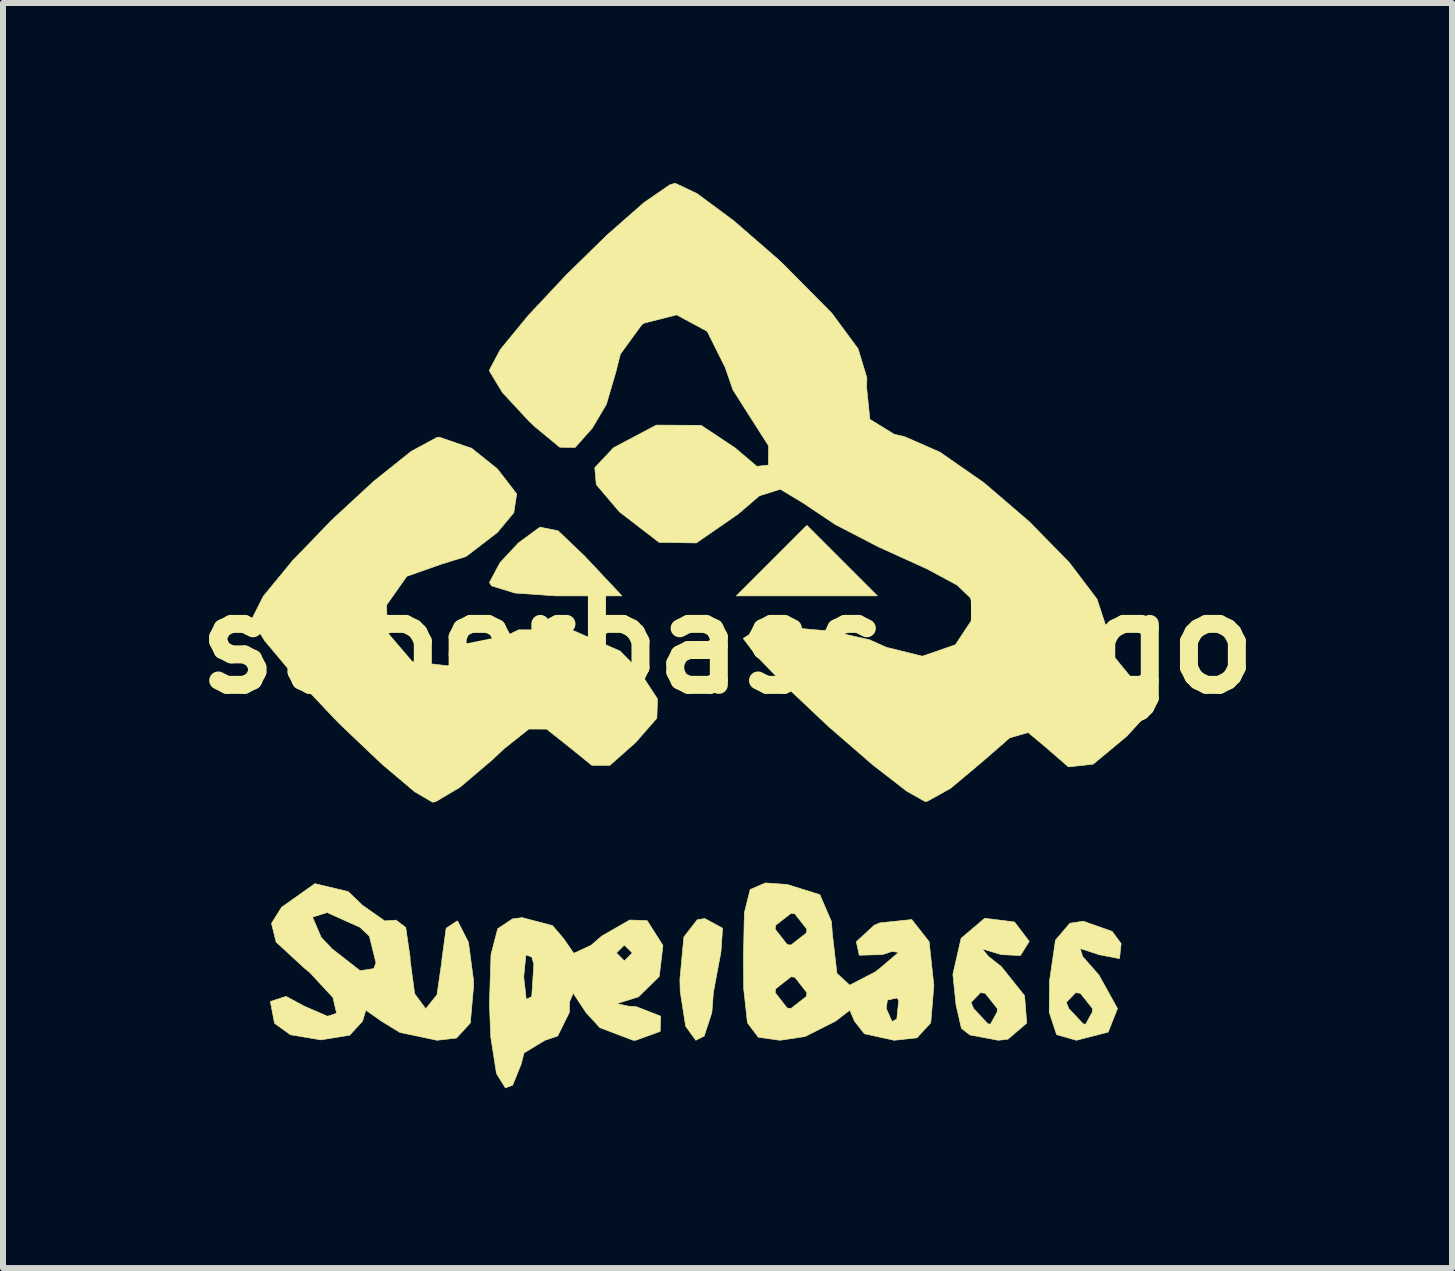
<source format=kicad_pcb>
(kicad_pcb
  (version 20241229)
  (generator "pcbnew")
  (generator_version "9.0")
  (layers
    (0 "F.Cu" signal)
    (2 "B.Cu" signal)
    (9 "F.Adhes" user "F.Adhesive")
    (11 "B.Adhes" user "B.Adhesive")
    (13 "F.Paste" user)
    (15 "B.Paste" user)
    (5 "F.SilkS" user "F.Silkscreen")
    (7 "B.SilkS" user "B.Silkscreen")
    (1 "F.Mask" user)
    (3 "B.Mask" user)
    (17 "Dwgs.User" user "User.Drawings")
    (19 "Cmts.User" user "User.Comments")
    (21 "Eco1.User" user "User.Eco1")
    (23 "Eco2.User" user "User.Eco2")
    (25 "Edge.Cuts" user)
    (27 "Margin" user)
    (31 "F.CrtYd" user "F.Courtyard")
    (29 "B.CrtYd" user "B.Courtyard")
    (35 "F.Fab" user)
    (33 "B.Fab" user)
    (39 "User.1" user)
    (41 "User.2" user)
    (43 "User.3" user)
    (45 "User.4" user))
  (footprint "superbass_logo"
    (layer "F.Cu")
    (at 9.079 7.678)
    (property "Reference" "superbass_logo" (at 0 0 0) (layer "F.SilkS") (effects (font (size 1.524 1.524) (thickness 0.3))))
    (attr through_hole)
    (fp_poly (pts (xy 2.499 -0.794) (xy 0.147 -0.794) (xy 1.323 -1.97) (xy 2.499 -0.794)) (stroke (width 0.01) (type solid)) (fill yes) (layer "F.SilkS"))
    (fp_poly (pts (xy -2.825 -1.879) (xy -2.381 -1.455) (xy -1.76 -0.794) (xy -2.864 -0.794) (xy -3.544 -0.841) (xy -3.933 -0.961) (xy -3.969 -1.017) (xy -3.792 -1.349) (xy -3.485 -1.678) (xy -3.127 -1.94) (xy -2.825 -1.879)) (stroke (width 0.01) (type solid)) (fill yes) (layer "F.SilkS"))
    (fp_poly (pts (xy -0.083 4.746) (xy -0.109 5.137) (xy -0.236 5.819) (xy -0.261 6.152) (xy -0.389 6.544) (xy -0.529 6.615) (xy -0.698 6.381) (xy -0.789 5.799) (xy -0.794 5.6) (xy -0.728 4.893) (xy -0.504 4.605) (xy -0.378 4.586) (xy -0.083 4.746)) (stroke (width 0.01) (type solid)) (fill yes) (layer "F.SilkS"))
    (fp_poly (pts (xy 6.412 4.8) (xy 6.562 5.003) (xy 6.535 5.253) (xy 6.202 5.19) (xy 5.879 5.085) (xy 5.92 5.218) (xy 6.192 5.528) (xy 6.501 6.086) (xy 6.346 6.479) (xy 5.816 6.615) (xy 5.486 6.521) (xy 5.363 6.147) (xy 5.365 5.983) (xy 5.647 5.983) (xy 5.689 6.085) (xy 5.926 6.338) (xy 5.969 6.35) (xy 6.082 6.145) (xy 6.085 6.085) (xy 5.882 5.831) (xy 5.805 5.821) (xy 5.647 5.983) (xy 5.365 5.983) (xy 5.369 5.622) (xy 5.467 4.946) (xy 5.707 4.664) (xy 5.931 4.63) (xy 6.412 4.8)) (stroke (width 0.01) (type solid)) (fill yes) (layer "F.SilkS"))
    (fp_poly (pts (xy 4.784 4.643) (xy 4.786 4.645) (xy 5.03 4.966) (xy 4.883 5.202) (xy 4.564 5.187) (xy 4.247 5.092) (xy 4.351 5.218) (xy 4.564 5.386) (xy 4.952 5.871) (xy 4.988 6.329) (xy 4.676 6.596) (xy 4.514 6.615) (xy 4.04 6.526) (xy 3.899 6.416) (xy 3.809 6.024) (xy 3.805 5.983) (xy 4.06 5.983) (xy 4.101 6.085) (xy 4.339 6.338) (xy 4.381 6.35) (xy 4.495 6.145) (xy 4.498 6.085) (xy 4.295 5.831) (xy 4.218 5.821) (xy 4.06 5.983) (xy 3.805 5.983) (xy 3.757 5.516) (xy 3.894 4.915) (xy 4.287 4.581) (xy 4.784 4.643)) (stroke (width 0.01) (type solid)) (fill yes) (layer "F.SilkS"))
    (fp_poly (pts (xy -4.265 -3.254) (xy -3.836 -2.91) (xy -3.515 -2.494) (xy -3.563 -2.181) (xy -3.836 -1.852) (xy -4.358 -1.451) (xy -4.771 -1.323) (xy -5.347 -1.12) (xy -5.683 -0.643) (xy -5.673 -0.186) (xy -5.256 0.303) (xy -4.664 0.372) (xy -4.24 0.139) (xy -3.482 -0.228) (xy -2.592 -0.224) (xy -1.792 0.126) (xy -1.489 0.432) (xy -1.168 0.924) (xy -1.178 1.245) (xy -1.529 1.647) (xy -1.546 1.663) (xy -1.962 2.031) (xy -2.262 2.031) (xy -2.641 1.724) (xy -3.016 1.427) (xy -3.312 1.426) (xy -3.725 1.753) (xy -3.922 1.939) (xy -4.46 2.396) (xy -4.863 2.635) (xy -4.918 2.646) (xy -5.218 2.47) (xy -5.769 2.004) (xy -6.461 1.346) (xy -6.557 1.248) (xy -7.226 0.539) (xy -7.714 -0.043) (xy -7.929 -0.384) (xy -7.932 -0.405) (xy -7.74 -0.786) (xy -7.256 -1.376) (xy -6.601 -2.055) (xy -5.899 -2.704) (xy -5.273 -3.204) (xy -4.845 -3.435) (xy -4.807 -3.44) (xy -4.265 -3.254)) (stroke (width 0.01) (type solid)) (fill yes) (layer "F.SilkS"))
    (fp_poly (pts (xy -2.918 4.703) (xy -2.731 4.922) (xy -2.563 5.166) (xy -2.549 5.159) (xy -1.852 5.159) (xy -1.72 5.292) (xy -1.587 5.159) (xy -1.72 5.027) (xy -1.852 5.159) (xy -2.549 5.159) (xy -2.274 5.031) (xy -2.101 4.88) (xy -1.632 4.61) (xy -1.34 4.62) (xy -1.077 5.034) (xy -1.138 5.55) (xy -1.485 5.892) (xy -1.521 5.903) (xy -1.847 6.004) (xy -1.66 6.045) (xy -1.521 6.055) (xy -1.115 6.213) (xy -1.123 6.467) (xy -1.528 6.614) (xy -1.574 6.615) (xy -2.128 6.405) (xy -2.36 6.152) (xy -2.572 5.83) (xy -2.633 5.971) (xy -2.638 6.152) (xy -2.831 6.543) (xy -3.043 6.615) (xy -3.393 6.826) (xy -3.44 7.011) (xy -3.582 7.364) (xy -3.704 7.408) (xy -3.852 7.17) (xy -3.948 6.556) (xy -3.969 6.009) (xy -3.955 5.556) (xy -3.398 5.556) (xy -3.356 5.932) (xy -3.264 5.887) (xy -3.229 5.345) (xy -3.264 5.226) (xy -3.361 5.192) (xy -3.398 5.556) (xy -3.955 5.556) (xy -3.943 5.185) (xy -3.832 4.756) (xy -3.587 4.592) (xy -3.425 4.57) (xy -2.918 4.703)) (stroke (width 0.01) (type solid)) (fill yes) (layer "F.SilkS"))
    (fp_poly (pts (xy -6.324 4.136) (xy -6.088 4.363) (xy -5.715 4.625) (xy -5.526 4.612) (xy -5.365 4.734) (xy -5.292 5.229) (xy -5.292 5.276) (xy -5.216 5.84) (xy -5.035 6.085) (xy -5.027 6.085) (xy -4.843 5.855) (xy -4.763 5.299) (xy -4.763 5.276) (xy -4.691 4.747) (xy -4.507 4.625) (xy -4.498 4.63) (xy -4.319 4.982) (xy -4.234 5.623) (xy -4.233 5.704) (xy -4.288 6.327) (xy -4.519 6.578) (xy -4.842 6.615) (xy -5.464 6.484) (xy -5.768 6.297) (xy -6.03 6.113) (xy -6.085 6.297) (xy -6.299 6.53) (xy -6.78 6.608) (xy -7.287 6.523) (xy -7.552 6.332) (xy -7.622 5.968) (xy -7.36 5.883) (xy -7.06 6.045) (xy -6.668 6.215) (xy -6.517 6.165) (xy -6.579 5.901) (xy -6.964 5.486) (xy -7.063 5.404) (xy -7.526 4.977) (xy -7.603 4.666) (xy -7.538 4.562) (xy -6.919 4.562) (xy -6.774 4.9) (xy -6.59 5.093) (xy -6.126 5.455) (xy -5.898 5.42) (xy -5.861 5.323) (xy -5.971 4.879) (xy -6.126 4.732) (xy -6.676 4.485) (xy -6.919 4.562) (xy -7.538 4.562) (xy -7.434 4.397) (xy -6.879 4.004) (xy -6.324 4.136)) (stroke (width 0.01) (type solid)) (fill yes) (layer "F.SilkS"))
    (fp_poly (pts (xy 0.992 4.017) (xy 1.539 4.187) (xy 1.733 4.637) (xy 1.747 4.833) (xy 1.824 5.5) (xy 2.037 5.696) (xy 2.459 5.477) (xy 2.533 5.421) (xy 2.851 5.151) (xy 2.746 5.133) (xy 2.58 5.187) (xy 2.196 5.197) (xy 2.147 4.972) (xy 2.446 4.697) (xy 2.537 4.658) (xy 3.071 4.602) (xy 3.361 4.971) (xy 3.44 5.704) (xy 3.388 6.324) (xy 3.158 6.574) (xy 2.778 6.615) (xy 2.281 6.506) (xy 2.117 6.297) (xy 2.039 6.113) (xy 1.799 6.297) (xy 1.292 6.553) (xy 0.873 6.615) (xy 0.513 6.564) (xy 0.332 6.324) (xy 0.277 5.821) (xy 0.794 5.821) (xy 0.995 6.078) (xy 1.058 6.085) (xy 2.646 6.085) (xy 2.743 6.303) (xy 2.822 6.262) (xy 2.854 5.948) (xy 2.822 5.909) (xy 2.665 5.945) (xy 2.646 6.085) (xy 1.058 6.085) (xy 1.315 5.884) (xy 1.323 5.821) (xy 1.122 5.564) (xy 1.058 5.556) (xy 0.801 5.758) (xy 0.794 5.821) (xy 0.277 5.821) (xy 0.27 5.76) (xy 0.265 5.274) (xy 0.275 4.763) (xy 0.794 4.763) (xy 0.995 5.019) (xy 1.058 5.027) (xy 1.315 4.826) (xy 1.323 4.763) (xy 1.122 4.506) (xy 1.058 4.498) (xy 0.801 4.699) (xy 0.794 4.763) (xy 0.275 4.763) (xy 0.281 4.487) (xy 0.378 4.101) (xy 0.63 3.992) (xy 0.992 4.017)) (stroke (width 0.01) (type solid)) (fill yes) (layer "F.SilkS"))
    (fp_poly (pts (xy -0.509 -7.501) (xy 0.104 -7.047) (xy 0.843 -6.405) (xy 0.945 -6.308) (xy 1.739 -5.506) (xy 2.176 -4.914) (xy 2.323 -4.431) (xy 2.319 -4.266) (xy 2.373 -3.738) (xy 2.778 -3.488) (xy 2.952 -3.448) (xy 3.541 -3.19) (xy 4.273 -2.681) (xy 5.032 -2.03) (xy 5.7 -1.347) (xy 6.16 -0.74) (xy 6.296 -0.325) (xy 6.412 0.18) (xy 6.717 0.553) (xy 7.051 0.87) (xy 7.033 1.133) (xy 6.657 1.545) (xy 6.096 2.012) (xy 5.683 2.057) (xy 5.283 1.71) (xy 5.012 1.484) (xy 4.703 1.574) (xy 4.244 1.974) (xy 3.719 2.414) (xy 3.333 2.629) (xy 3.293 2.634) (xy 2.986 2.461) (xy 2.415 2.018) (xy 1.7 1.398) (xy 1.654 1.356) (xy 0.969 0.709) (xy 0.473 0.196) (xy 0.266 -0.079) (xy 0.265 -0.087) (xy 0.491 -0.23) (xy 1.043 -0.265) (xy 1.731 -0.205) (xy 2.366 -0.062) (xy 2.65 0.064) (xy 3.249 0.212) (xy 3.799 0.021) (xy 4.092 -0.422) (xy 4.101 -0.529) (xy 4.052 -0.758) (xy 3.831 -0.971) (xy 3.331 -1.241) (xy 2.514 -1.612) (xy 1.796 -1.984) (xy 1.254 -2.347) (xy 0.88 -2.572) (xy 0.53 -2.462) (xy 0.179 -2.16) (xy -0.521 -1.676) (xy -1.142 -1.687) (xy -1.801 -2.194) (xy -1.81 -2.204) (xy -2.188 -2.649) (xy -2.213 -2.931) (xy -1.902 -3.262) (xy -1.902 -3.263) (xy -1.187 -3.641) (xy -0.44 -3.637) (xy 0.141 -3.251) (xy 0.148 -3.242) (xy 0.489 -2.953) (xy 0.682 -2.975) (xy 0.684 -3.296) (xy 0.467 -3.636) (xy 0.091 -4.227) (xy -0.039 -4.602) (xy -0.339 -5.204) (xy -0.848 -5.479) (xy -1.395 -5.34) (xy -1.433 -5.31) (xy -1.787 -4.824) (xy -1.86 -4.532) (xy -2.02 -3.987) (xy -2.255 -3.59) (xy -2.54 -3.269) (xy -2.797 -3.272) (xy -3.217 -3.619) (xy -3.305 -3.702) (xy -3.754 -4.186) (xy -3.966 -4.537) (xy -3.969 -4.56) (xy -3.788 -4.901) (xy -3.322 -5.468) (xy -2.689 -6.144) (xy -2.007 -6.811) (xy -1.391 -7.352) (xy -0.959 -7.649) (xy -0.872 -7.673) (xy -0.509 -7.501)) (stroke (width 0.01) (type solid)) (fill yes) (layer "F.SilkS")))
  (gr_rect
    (start -3 -3)
    (end 21.157 18.091)
    (stroke (width 0.1) (type default))
    (fill no)
    (layer "Edge.Cuts")))
</source>
